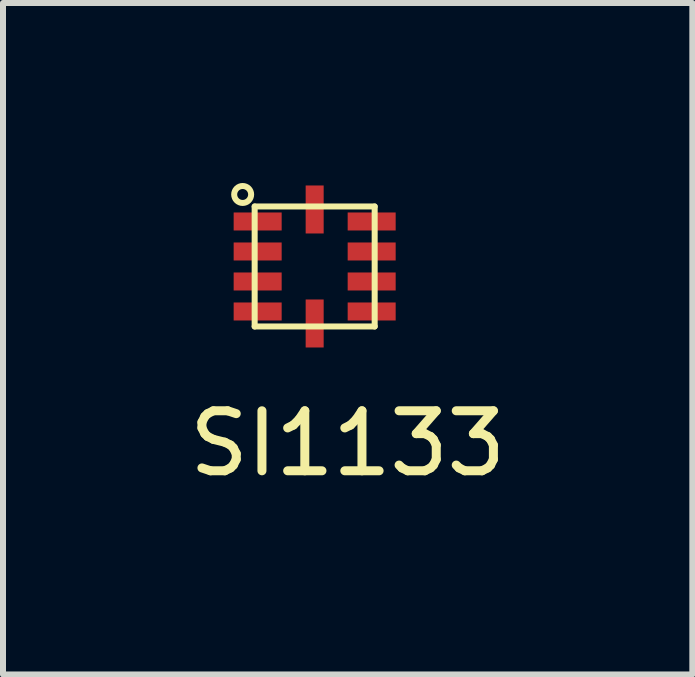
<source format=kicad_pcb>
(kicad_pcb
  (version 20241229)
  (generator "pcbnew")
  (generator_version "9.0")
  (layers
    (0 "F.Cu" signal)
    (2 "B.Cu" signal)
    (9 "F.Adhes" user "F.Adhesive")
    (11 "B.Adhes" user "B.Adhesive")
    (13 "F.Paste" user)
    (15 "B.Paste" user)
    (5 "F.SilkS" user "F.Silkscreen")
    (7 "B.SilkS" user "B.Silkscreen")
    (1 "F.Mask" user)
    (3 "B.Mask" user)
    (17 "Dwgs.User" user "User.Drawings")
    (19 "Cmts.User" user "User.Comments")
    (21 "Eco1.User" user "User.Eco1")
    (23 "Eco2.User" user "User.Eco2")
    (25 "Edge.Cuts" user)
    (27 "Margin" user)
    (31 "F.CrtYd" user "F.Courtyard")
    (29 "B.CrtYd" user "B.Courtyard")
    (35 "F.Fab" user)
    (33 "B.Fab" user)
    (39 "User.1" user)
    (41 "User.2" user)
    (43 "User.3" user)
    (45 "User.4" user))
  (footprint "SI1133"
    (layer "F.Cu")
    (at 2.194 0.441)
    (property "Reference" "SI1133" (at 0.55 3.9 0) (layer "F.SilkS") (effects (font (size 1 1) (thickness 0.15))))
    (attr through_hole)
    (fp_line (start -1 -0.05) (end 1 -0.05) (stroke (width 0.1) (type solid)) (layer "F.SilkS"))
    (fp_line (start -1 1.95) (end -1 -0.05) (stroke (width 0.1) (type solid)) (layer "F.SilkS"))
    (fp_line (start 1 -0.05) (end 1 1.95) (stroke (width 0.1) (type solid)) (layer "F.SilkS"))
    (fp_line (start 1 1.95) (end -1 1.95) (stroke (width 0.1) (type solid)) (layer "F.SilkS"))
    (fp_circle (center -1.2 -0.25) (end -1.1 -0.35) (stroke (width 0.1) (type solid)) (fill no) (layer "F.SilkS"))
    (pad "1" smd rect (at -0.95 0.2) (size 0.8 0.3) (layers "F.Cu" "F.Mask" "F.Paste"))
    (pad "2" smd rect (at -0.95 0.7) (size 0.8 0.3) (layers "F.Cu" "F.Mask" "F.Paste"))
    (pad "3" smd rect (at -0.95 1.2) (size 0.8 0.3) (layers "F.Cu" "F.Mask" "F.Paste"))
    (pad "4" smd rect (at -0.95 1.7) (size 0.8 0.3) (layers "F.Cu" "F.Mask" "F.Paste"))
    (pad "5" smd rect (at 0 1.9) (size 0.3 0.8) (layers "F.Cu" "F.Mask" "F.Paste"))
    (pad "6" smd rect (at 0.95 1.7) (size 0.8 0.3) (layers "F.Cu" "F.Mask" "F.Paste"))
    (pad "7" smd rect (at 0.95 1.2) (size 0.8 0.3) (layers "F.Cu" "F.Mask" "F.Paste"))
    (pad "8" smd rect (at 0.95 0.7) (size 0.8 0.3) (layers "F.Cu" "F.Mask" "F.Paste"))
    (pad "9" smd rect (at 0.95 0.2) (size 0.8 0.3) (layers "F.Cu" "F.Mask" "F.Paste"))
    (pad "10" smd rect (at 0 0) (size 0.3 0.8) (layers "F.Cu" "F.Mask" "F.Paste")))
  (gr_rect
    (start -3 -3)
    (end 8.488 8.19)
    (stroke (width 0.1) (type default))
    (fill no)
    (layer "Edge.Cuts")))
</source>
